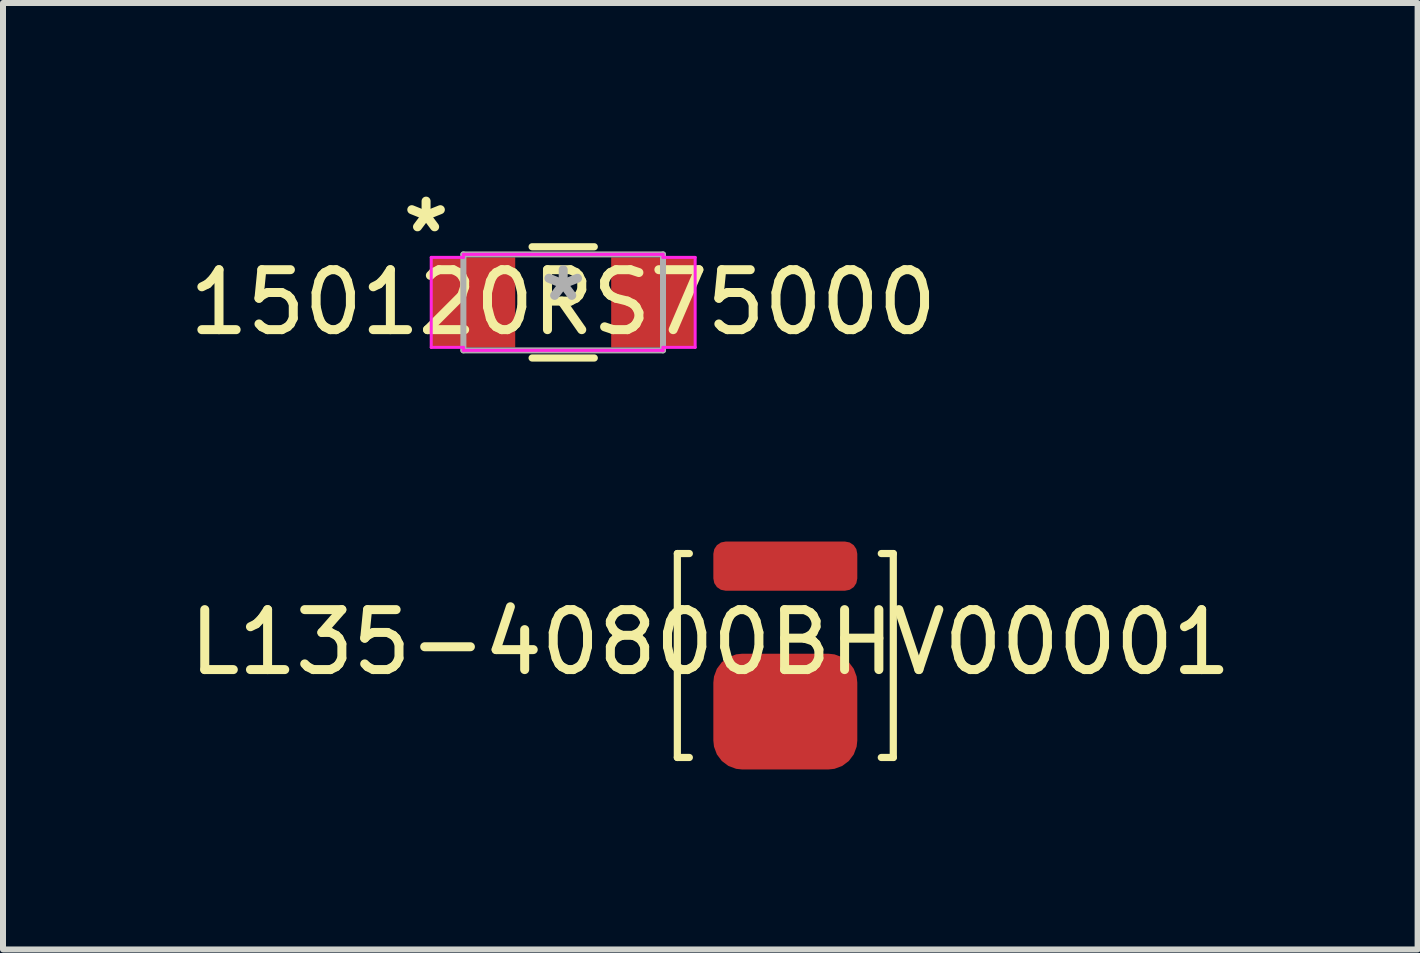
<source format=kicad_pcb>
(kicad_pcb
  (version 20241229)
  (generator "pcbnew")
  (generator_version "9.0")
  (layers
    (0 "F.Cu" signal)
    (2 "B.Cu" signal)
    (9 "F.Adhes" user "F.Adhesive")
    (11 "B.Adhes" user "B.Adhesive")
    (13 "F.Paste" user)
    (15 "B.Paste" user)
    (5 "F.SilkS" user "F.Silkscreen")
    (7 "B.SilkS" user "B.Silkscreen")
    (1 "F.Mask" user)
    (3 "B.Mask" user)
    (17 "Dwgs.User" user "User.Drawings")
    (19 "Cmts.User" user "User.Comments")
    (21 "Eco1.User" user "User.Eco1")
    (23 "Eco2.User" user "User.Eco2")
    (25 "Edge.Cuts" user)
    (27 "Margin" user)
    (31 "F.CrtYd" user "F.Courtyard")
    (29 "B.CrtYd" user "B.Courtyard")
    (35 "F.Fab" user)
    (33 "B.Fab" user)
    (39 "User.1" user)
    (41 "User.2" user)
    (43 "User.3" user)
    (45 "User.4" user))
  (footprint "L135-40800BHV00001"
    (layer "F.Cu")
    (at 10.042 7.978)
    (property "Reference" "L135-40800BHV00001" (at -1.25 -0.32 0) (unlocked yes) (layer "F.SilkS") (effects (font (size 1 1) (thickness 0.15))))
    (attr smd)
    (fp_line (start -1.8 -1.8) (end -1.6 -1.8) (stroke (width 0.12) (type default)) (layer "F.SilkS"))
    (fp_line (start -1.8 1.6) (end -1.8 -1.8) (stroke (width 0.12) (type default)) (layer "F.SilkS"))
    (fp_line (start -1.8 1.6) (end -1.6 1.6) (stroke (width 0.12) (type default)) (layer "F.SilkS"))
    (fp_line (start 1.8 -1.8) (end 1.6 -1.8) (stroke (width 0.12) (type default)) (layer "F.SilkS"))
    (fp_line (start 1.8 -1.8) (end 1.8 1.6) (stroke (width 0.12) (type default)) (layer "F.SilkS"))
    (fp_line (start 1.8 1.6) (end 1.6 1.6) (stroke (width 0.12) (type default)) (layer "F.SilkS"))
    (pad "1" smd roundrect (at 0 -1.59) (size 2.4 0.82) (layers "F.Cu" "F.Mask" "F.Paste") (roundrect_rratio 0.25))
    (pad "2" smd roundrect (at 0 0.835) (size 2.4 1.93) (layers "F.Cu" "F.Mask" "F.Paste") (roundrect_rratio 0.25)))
  (footprint "150120RS75000"
    (layer "F.Cu")
    (at 6.339 1.991)
    (property "Reference" "150120RS75000" (at 0 0 0) (layer "F.SilkS") (effects (font (size 1 1) (thickness 0.15))))
    (attr smd)
    (fp_line (start -0.518 0.927) (end 0.518 0.927) (stroke (width 0.12) (type solid)) (layer "F.SilkS"))
    (fp_line (start 0.518 -0.927) (end -0.518 -0.927) (stroke (width 0.12) (type solid)) (layer "F.SilkS"))
    (fp_line (start -2.2 -0.75) (end -1.664 -0.75) (stroke (width 0.05) (type solid)) (layer "F.CrtYd"))
    (fp_line (start -2.2 0.75) (end -2.2 -0.75) (stroke (width 0.05) (type solid)) (layer "F.CrtYd"))
    (fp_line (start -1.664 -0.8) (end 1.664 -0.8) (stroke (width 0.05) (type solid)) (layer "F.CrtYd"))
    (fp_line (start -1.664 -0.75) (end -1.664 -0.8) (stroke (width 0.05) (type solid)) (layer "F.CrtYd"))
    (fp_line (start -1.664 0.75) (end -2.2 0.75) (stroke (width 0.05) (type solid)) (layer "F.CrtYd"))
    (fp_line (start -1.664 0.8) (end -1.664 0.75) (stroke (width 0.05) (type solid)) (layer "F.CrtYd"))
    (fp_line (start 1.664 -0.8) (end 1.664 -0.75) (stroke (width 0.05) (type solid)) (layer "F.CrtYd"))
    (fp_line (start 1.664 -0.75) (end 2.2 -0.75) (stroke (width 0.05) (type solid)) (layer "F.CrtYd"))
    (fp_line (start 1.664 0.75) (end 1.664 0.8) (stroke (width 0.05) (type solid)) (layer "F.CrtYd"))
    (fp_line (start 1.664 0.8) (end -1.664 0.8) (stroke (width 0.05) (type solid)) (layer "F.CrtYd"))
    (fp_line (start 2.2 -0.75) (end 2.2 0.75) (stroke (width 0.05) (type solid)) (layer "F.CrtYd"))
    (fp_line (start 2.2 0.75) (end 1.664 0.75) (stroke (width 0.05) (type solid)) (layer "F.CrtYd"))
    (fp_line (start -1.664 -0.8) (end -1.664 0.8) (stroke (width 0.1) (type solid)) (layer "F.Fab"))
    (fp_line (start -1.664 0.8) (end 1.664 0.8) (stroke (width 0.1) (type solid)) (layer "F.Fab"))
    (fp_line (start 1.664 -0.8) (end -1.664 -0.8) (stroke (width 0.1) (type solid)) (layer "F.Fab"))
    (fp_line (start 1.664 0.8) (end 1.664 -0.8) (stroke (width 0.1) (type solid)) (layer "F.Fab"))
    (fp_text user "*" (at -2.286 -1.143 0) (layer "F.SilkS") (effects (font (size 1 1) (thickness 0.15))))
    (fp_text user "*" (at 0 0 0) (layer "F.Fab") (effects (font (size 1 1) (thickness 0.15))))
    (pad "1" smd rect (at -1.5 0) (size 1.4 1.5) (layers "F.Cu" "F.Mask" "F.Paste"))
    (pad "2" smd rect (at 1.5 0) (size 1.4 1.5) (layers "F.Cu" "F.Mask" "F.Paste")))
  (gr_rect
    (start -3 -3)
    (end 20.583 12.778)
    (stroke (width 0.1) (type default))
    (fill no)
    (layer "Edge.Cuts")))
</source>
